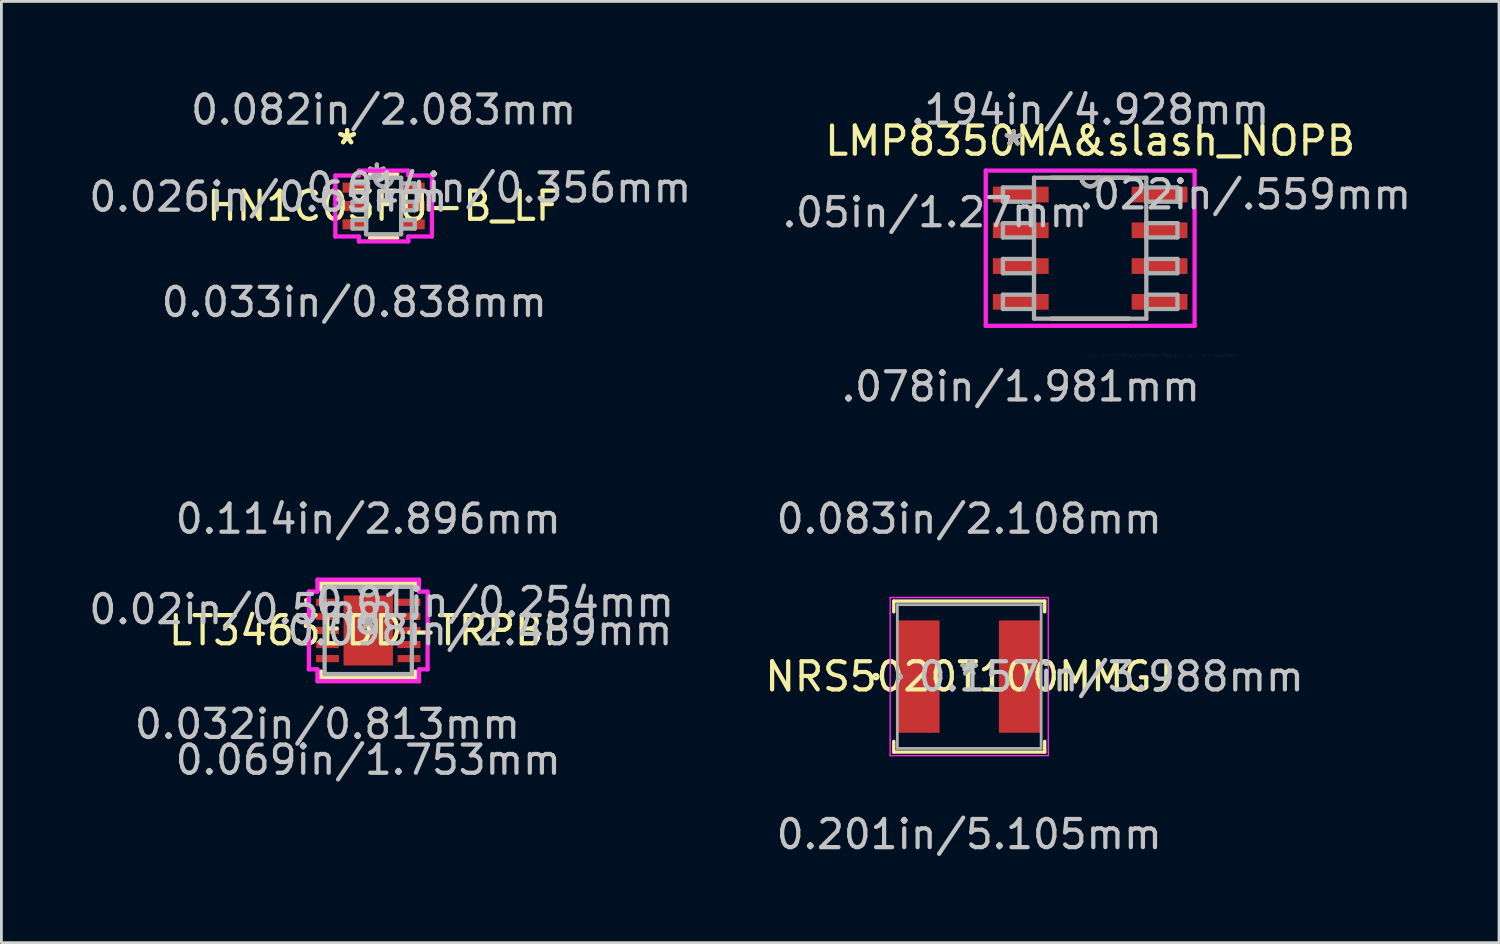
<source format=kicad_pcb>
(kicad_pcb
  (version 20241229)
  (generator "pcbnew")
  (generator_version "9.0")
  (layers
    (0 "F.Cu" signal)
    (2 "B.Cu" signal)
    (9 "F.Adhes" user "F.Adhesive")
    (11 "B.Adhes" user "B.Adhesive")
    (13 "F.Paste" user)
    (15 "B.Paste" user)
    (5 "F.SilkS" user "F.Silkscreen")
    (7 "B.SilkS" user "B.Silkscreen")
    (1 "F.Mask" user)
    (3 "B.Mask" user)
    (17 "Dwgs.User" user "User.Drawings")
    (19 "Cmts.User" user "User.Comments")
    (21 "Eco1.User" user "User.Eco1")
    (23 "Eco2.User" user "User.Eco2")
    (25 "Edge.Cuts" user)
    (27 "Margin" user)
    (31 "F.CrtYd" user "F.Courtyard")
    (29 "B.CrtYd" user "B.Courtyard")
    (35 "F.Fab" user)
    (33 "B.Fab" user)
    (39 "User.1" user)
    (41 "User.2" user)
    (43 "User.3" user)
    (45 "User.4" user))
  (footprint "NRS5020T100MMGJ"
    (layer "F.Cu")
    (at 31.367 20.975)
    (property "Reference" "NRS5020T100MMGJ" (at 0 0 0) (layer "F.SilkS") (effects (font (size 1 1) (thickness 0.15))))
    (attr through_hole)
    (fp_line (start -2.68 -2.68) (end -2.68 -2.301) (stroke (width 0.12) (type solid)) (layer "F.SilkS"))
    (fp_line (start -2.68 2.301) (end -2.68 2.68) (stroke (width 0.12) (type solid)) (layer "F.SilkS"))
    (fp_line (start -2.68 2.68) (end 2.68 2.68) (stroke (width 0.12) (type solid)) (layer "F.SilkS"))
    (fp_line (start 2.68 -2.68) (end -2.68 -2.68) (stroke (width 0.12) (type solid)) (layer "F.SilkS"))
    (fp_line (start 2.68 -2.301) (end 2.68 -2.68) (stroke (width 0.12) (type solid)) (layer "F.SilkS"))
    (fp_line (start 2.68 2.68) (end 2.68 2.301) (stroke (width 0.12) (type solid)) (layer "F.SilkS"))
    (fp_circle (center -3.315 0) (end -3.239 0) (stroke (width 0.12) (type solid)) (fill no) (layer "F.SilkS"))
    (fp_line (start -2.807 -2.807) (end 2.807 -2.807) (stroke (width 0.05) (type solid)) (layer "F.CrtYd"))
    (fp_line (start -2.807 -2.248) (end -2.807 -2.807) (stroke (width 0.05) (type solid)) (layer "F.CrtYd"))
    (fp_line (start -2.807 -2.248) (end -2.807 -2.248) (stroke (width 0.05) (type solid)) (layer "F.CrtYd"))
    (fp_line (start -2.807 2.248) (end -2.807 -2.248) (stroke (width 0.05) (type solid)) (layer "F.CrtYd"))
    (fp_line (start -2.807 2.248) (end -2.807 2.248) (stroke (width 0.05) (type solid)) (layer "F.CrtYd"))
    (fp_line (start -2.807 2.807) (end -2.807 2.248) (stroke (width 0.05) (type solid)) (layer "F.CrtYd"))
    (fp_line (start 2.807 -2.807) (end 2.807 -2.248) (stroke (width 0.05) (type solid)) (layer "F.CrtYd"))
    (fp_line (start 2.807 -2.248) (end 2.807 -2.248) (stroke (width 0.05) (type solid)) (layer "F.CrtYd"))
    (fp_line (start 2.807 -2.248) (end 2.807 2.248) (stroke (width 0.05) (type solid)) (layer "F.CrtYd"))
    (fp_line (start 2.807 2.248) (end 2.807 2.248) (stroke (width 0.05) (type solid)) (layer "F.CrtYd"))
    (fp_line (start 2.807 2.248) (end 2.807 2.807) (stroke (width 0.05) (type solid)) (layer "F.CrtYd"))
    (fp_line (start 2.807 2.807) (end -2.807 2.807) (stroke (width 0.05) (type solid)) (layer "F.CrtYd"))
    (fp_line (start -2.553 -2.553) (end -2.553 2.553) (stroke (width 0.1) (type solid)) (layer "F.Fab"))
    (fp_line (start -2.553 2.553) (end 2.553 2.553) (stroke (width 0.1) (type solid)) (layer "F.Fab"))
    (fp_line (start 2.553 -2.553) (end -2.553 -2.553) (stroke (width 0.1) (type solid)) (layer "F.Fab"))
    (fp_line (start 2.553 2.553) (end 2.553 -2.553) (stroke (width 0.1) (type solid)) (layer "F.Fab"))
    (fp_circle (center -2.477 0) (end -2.4 0) (stroke (width 0.1) (type solid)) (fill no) (layer "F.Fab"))
    (fp_text user "*" (at 0 0 0) (layer "F.SilkS") (effects (font (size 1 1) (thickness 0.15))))
    (fp_text user "0.157in/3.988mm" (at 5.042 0 0) (layer "Dwgs.User") (effects (font (size 1 1) (thickness 0.15))))
    (fp_text user "0.201in/5.105mm" (at 0 5.601 0) (layer "Dwgs.User") (effects (font (size 1 1) (thickness 0.15))))
    (fp_text user "0.083in/2.108mm" (at 0 -5.601 0) (layer "Dwgs.User") (effects (font (size 1 1) (thickness 0.15))))
    (fp_text user "Copyright 2021 Accelerated Designs. All rights reserved." (at 0 0 0) (layer "Cmts.User") (effects (font (size 0.127 0.127) (thickness 0.002))))
    (fp_text user "*" (at 0 0 0) (layer "F.Fab") (effects (font (size 1 1) (thickness 0.15))))
    (pad "1" smd rect (at -1.803 0) (size 1.499 3.988) (layers "F.Cu" "F.Mask" "F.Paste"))
    (pad "2" smd rect (at 1.803 0) (size 1.499 3.988) (layers "F.Cu" "F.Mask" "F.Paste")))
  (footprint "LMP8350MA&slash_NOPB"
    (layer "F.Cu")
    (at 35.661 5.763)
    (property "Reference" "LMP8350MA&slash_NOPB" (at 0 -3.81 0) (layer "F.SilkS") (effects (font (size 1 1) (thickness 0.15))))
    (attr through_hole)
    (fp_line (start -1.374 2.502) (end 1.374 2.502) (stroke (width 0.152) (type solid)) (layer "F.SilkS"))
    (fp_line (start 1.374 -2.502) (end -1.374 -2.502) (stroke (width 0.152) (type solid)) (layer "F.SilkS"))
    (fp_arc (start 0.3048 -2.5019) (mid 0 -2.1971) (end -0.3048 -2.5019) (stroke (width 0.1524) (type solid)) (layer "F.SilkS"))
    (fp_line (start -3.708 -2.756) (end 3.708 -2.756) (stroke (width 0.152) (type solid)) (layer "F.CrtYd"))
    (fp_line (start -3.708 2.756) (end -3.708 -2.756) (stroke (width 0.152) (type solid)) (layer "F.CrtYd"))
    (fp_line (start 3.708 -2.756) (end 3.708 2.756) (stroke (width 0.152) (type solid)) (layer "F.CrtYd"))
    (fp_line (start 3.708 2.756) (end -3.708 2.756) (stroke (width 0.152) (type solid)) (layer "F.CrtYd"))
    (fp_line (start -3.099 -2.159) (end -3.099 -1.651) (stroke (width 0.152) (type solid)) (layer "F.Fab"))
    (fp_line (start -3.099 -1.651) (end -1.994 -1.651) (stroke (width 0.152) (type solid)) (layer "F.Fab"))
    (fp_line (start -3.099 -0.889) (end -3.099 -0.381) (stroke (width 0.152) (type solid)) (layer "F.Fab"))
    (fp_line (start -3.099 -0.381) (end -1.994 -0.381) (stroke (width 0.152) (type solid)) (layer "F.Fab"))
    (fp_line (start -3.099 0.381) (end -3.099 0.889) (stroke (width 0.152) (type solid)) (layer "F.Fab"))
    (fp_line (start -3.099 0.889) (end -1.994 0.889) (stroke (width 0.152) (type solid)) (layer "F.Fab"))
    (fp_line (start -3.099 1.651) (end -3.099 2.159) (stroke (width 0.152) (type solid)) (layer "F.Fab"))
    (fp_line (start -3.099 2.159) (end -1.994 2.159) (stroke (width 0.152) (type solid)) (layer "F.Fab"))
    (fp_line (start -1.994 -2.502) (end -1.994 2.502) (stroke (width 0.152) (type solid)) (layer "F.Fab"))
    (fp_line (start -1.994 -2.159) (end -3.099 -2.159) (stroke (width 0.152) (type solid)) (layer "F.Fab"))
    (fp_line (start -1.994 -1.651) (end -1.994 -2.159) (stroke (width 0.152) (type solid)) (layer "F.Fab"))
    (fp_line (start -1.994 -0.889) (end -3.099 -0.889) (stroke (width 0.152) (type solid)) (layer "F.Fab"))
    (fp_line (start -1.994 -0.381) (end -1.994 -0.889) (stroke (width 0.152) (type solid)) (layer "F.Fab"))
    (fp_line (start -1.994 0.381) (end -3.099 0.381) (stroke (width 0.152) (type solid)) (layer "F.Fab"))
    (fp_line (start -1.994 0.889) (end -1.994 0.381) (stroke (width 0.152) (type solid)) (layer "F.Fab"))
    (fp_line (start -1.994 1.651) (end -3.099 1.651) (stroke (width 0.152) (type solid)) (layer "F.Fab"))
    (fp_line (start -1.994 2.159) (end -1.994 1.651) (stroke (width 0.152) (type solid)) (layer "F.Fab"))
    (fp_line (start -1.994 2.502) (end 1.994 2.502) (stroke (width 0.152) (type solid)) (layer "F.Fab"))
    (fp_line (start 1.994 -2.502) (end -1.994 -2.502) (stroke (width 0.152) (type solid)) (layer "F.Fab"))
    (fp_line (start 1.994 -2.159) (end 1.994 -1.651) (stroke (width 0.152) (type solid)) (layer "F.Fab"))
    (fp_line (start 1.994 -1.651) (end 3.099 -1.651) (stroke (width 0.152) (type solid)) (layer "F.Fab"))
    (fp_line (start 1.994 -0.889) (end 1.994 -0.381) (stroke (width 0.152) (type solid)) (layer "F.Fab"))
    (fp_line (start 1.994 -0.381) (end 3.099 -0.381) (stroke (width 0.152) (type solid)) (layer "F.Fab"))
    (fp_line (start 1.994 0.381) (end 1.994 0.889) (stroke (width 0.152) (type solid)) (layer "F.Fab"))
    (fp_line (start 1.994 0.889) (end 3.099 0.889) (stroke (width 0.152) (type solid)) (layer "F.Fab"))
    (fp_line (start 1.994 1.651) (end 1.994 2.159) (stroke (width 0.152) (type solid)) (layer "F.Fab"))
    (fp_line (start 1.994 2.159) (end 3.099 2.159) (stroke (width 0.152) (type solid)) (layer "F.Fab"))
    (fp_line (start 1.994 2.502) (end 1.994 -2.502) (stroke (width 0.152) (type solid)) (layer "F.Fab"))
    (fp_line (start 3.099 -2.159) (end 1.994 -2.159) (stroke (width 0.152) (type solid)) (layer "F.Fab"))
    (fp_line (start 3.099 -1.651) (end 3.099 -2.159) (stroke (width 0.152) (type solid)) (layer "F.Fab"))
    (fp_line (start 3.099 -0.889) (end 1.994 -0.889) (stroke (width 0.152) (type solid)) (layer "F.Fab"))
    (fp_line (start 3.099 -0.381) (end 3.099 -0.889) (stroke (width 0.152) (type solid)) (layer "F.Fab"))
    (fp_line (start 3.099 0.381) (end 1.994 0.381) (stroke (width 0.152) (type solid)) (layer "F.Fab"))
    (fp_line (start 3.099 0.889) (end 3.099 0.381) (stroke (width 0.152) (type solid)) (layer "F.Fab"))
    (fp_line (start 3.099 1.651) (end 1.994 1.651) (stroke (width 0.152) (type solid)) (layer "F.Fab"))
    (fp_line (start 3.099 2.159) (end 3.099 1.651) (stroke (width 0.152) (type solid)) (layer "F.Fab"))
    (fp_arc (start 0.3048 -2.5019) (mid 0 -2.1971) (end -0.3048 -2.5019) (stroke (width 0.1524) (type solid)) (layer "F.Fab"))
    (fp_text user "*" (at -2.718 -3.607 0) (layer "F.SilkS") (effects (font (size 1 1) (thickness 0.15))))
    (fp_text user "*" (at -2.718 -3.607 0) (layer "F.SilkS") (effects (font (size 1 1) (thickness 0.15))))
    (fp_text user ".194in/4.928mm" (at 0 -4.915 0) (layer "Dwgs.User") (effects (font (size 1 1) (thickness 0.15))))
    (fp_text user ".05in/1.27mm" (at -5.512 -1.27 0) (layer "Dwgs.User") (effects (font (size 1 1) (thickness 0.15))))
    (fp_text user ".022in/.559mm" (at 5.512 -1.905 0) (layer "Dwgs.User") (effects (font (size 1 1) (thickness 0.15))))
    (fp_text user ".078in/1.981mm" (at -2.464 4.915 0) (layer "Dwgs.User") (effects (font (size 1 1) (thickness 0.15))))
    (fp_text user "Copyright 2016 Accelerated Designs. All rights reserved." (at 2.54 3.81 0) (layer "Cmts.User") (effects (font (size 0.127 0.127) (thickness 0.002))))
    (fp_text user "*" (at -2.718 -3.607 0) (layer "F.Fab") (effects (font (size 1 1) (thickness 0.15))))
    (fp_text user "*" (at -2.718 -3.607 0) (layer "F.Fab") (effects (font (size 1 1) (thickness 0.15))))
    (pad "1" smd rect (at -2.464 -1.905) (size 1.981 0.559) (layers "F.Cu" "F.Mask" "F.Paste"))
    (pad "2" smd rect (at -2.464 -0.635) (size 1.981 0.559) (layers "F.Cu" "F.Mask" "F.Paste"))
    (pad "3" smd rect (at -2.464 0.635) (size 1.981 0.559) (layers "F.Cu" "F.Mask" "F.Paste"))
    (pad "4" smd rect (at -2.464 1.905) (size 1.981 0.559) (layers "F.Cu" "F.Mask" "F.Paste"))
    (pad "5" smd rect (at 2.464 1.905) (size 1.981 0.559) (layers "F.Cu" "F.Mask" "F.Paste"))
    (pad "6" smd rect (at 2.464 0.635) (size 1.981 0.559) (layers "F.Cu" "F.Mask" "F.Paste"))
    (pad "7" smd rect (at 2.464 -0.635) (size 1.981 0.559) (layers "F.Cu" "F.Mask" "F.Paste"))
    (pad "8" smd rect (at 2.464 -1.905) (size 1.981 0.559) (layers "F.Cu" "F.Mask" "F.Paste")))
  (footprint "LT3463EDD-TRPBF"
    (layer "F.Cu")
    (at 10.026 19.337)
    (property "Reference" "LT3463EDD-TRPBF" (at 0 0 0) (layer "F.SilkS") (effects (font (size 1 1) (thickness 0.15))))
    (attr through_hole)
    (fp_line (start -1.676 -1.676) (end -1.676 -1.46) (stroke (width 0.152) (type solid)) (layer "F.SilkS"))
    (fp_line (start -1.676 1.46) (end -1.676 1.676) (stroke (width 0.152) (type solid)) (layer "F.SilkS"))
    (fp_line (start -1.676 1.676) (end 1.676 1.676) (stroke (width 0.152) (type solid)) (layer "F.SilkS"))
    (fp_line (start 1.676 -1.676) (end -1.676 -1.676) (stroke (width 0.152) (type solid)) (layer "F.SilkS"))
    (fp_line (start 1.676 -1.46) (end 1.676 -1.676) (stroke (width 0.152) (type solid)) (layer "F.SilkS"))
    (fp_line (start 1.676 1.676) (end 1.676 1.46) (stroke (width 0.152) (type solid)) (layer "F.SilkS"))
    (fp_arc (start -2.2058 -1.0762) (mid -2.131971 -0.98114) (end -2.242346 -0.933136) (stroke (width 0.1524) (type solid)) (layer "F.SilkS"))
    (fp_line (start -2.108 -1.381) (end -1.803 -1.381) (stroke (width 0.152) (type solid)) (layer "F.CrtYd"))
    (fp_line (start -2.108 1.381) (end -2.108 -1.381) (stroke (width 0.152) (type solid)) (layer "F.CrtYd"))
    (fp_line (start -1.803 -1.803) (end 1.803 -1.803) (stroke (width 0.152) (type solid)) (layer "F.CrtYd"))
    (fp_line (start -1.803 -1.381) (end -1.803 -1.803) (stroke (width 0.152) (type solid)) (layer "F.CrtYd"))
    (fp_line (start -1.803 1.381) (end -2.108 1.381) (stroke (width 0.152) (type solid)) (layer "F.CrtYd"))
    (fp_line (start -1.803 1.803) (end -1.803 1.381) (stroke (width 0.152) (type solid)) (layer "F.CrtYd"))
    (fp_line (start 1.803 -1.803) (end 1.803 -1.381) (stroke (width 0.152) (type solid)) (layer "F.CrtYd"))
    (fp_line (start 1.803 -1.381) (end 2.108 -1.381) (stroke (width 0.152) (type solid)) (layer "F.CrtYd"))
    (fp_line (start 1.803 1.381) (end 1.803 1.803) (stroke (width 0.152) (type solid)) (layer "F.CrtYd"))
    (fp_line (start 1.803 1.803) (end -1.803 1.803) (stroke (width 0.152) (type solid)) (layer "F.CrtYd"))
    (fp_line (start 2.108 -1.381) (end 2.108 1.381) (stroke (width 0.152) (type solid)) (layer "F.CrtYd"))
    (fp_line (start 2.108 1.381) (end 1.803 1.381) (stroke (width 0.152) (type solid)) (layer "F.CrtYd"))
    (fp_line (start -1.549 -1.549) (end -1.549 1.549) (stroke (width 0.152) (type solid)) (layer "F.Fab"))
    (fp_line (start -1.549 1.549) (end 1.549 1.549) (stroke (width 0.152) (type solid)) (layer "F.Fab"))
    (fp_line (start 1.549 -1.549) (end -1.549 -1.549) (stroke (width 0.152) (type solid)) (layer "F.Fab"))
    (fp_line (start 1.549 1.549) (end 1.549 -1.549) (stroke (width 0.152) (type solid)) (layer "F.Fab"))
    (fp_arc (start 0.3048 -1.5494) (mid 0 -1.2446) (end -0.3048 -1.5494) (stroke (width 0.1524) (type solid)) (layer "F.Fab"))
    (fp_text user "*" (at 0 0 0) (layer "F.SilkS") (effects (font (size 1 1) (thickness 0.15))))
    (fp_text user "0.098in/2.489mm" (at 3.962 0 0) (layer "Dwgs.User") (effects (font (size 1 1) (thickness 0.15))))
    (fp_text user "0.114in/2.896mm" (at 0 -3.962 0) (layer "Dwgs.User") (effects (font (size 1 1) (thickness 0.15))))
    (fp_text user "0.02in/0.5mm" (at -4.496 -0.75 0) (layer "Dwgs.User") (effects (font (size 1 1) (thickness 0.15))))
    (fp_text user "0.01in/0.254mm" (at 4.496 -1 0) (layer "Dwgs.User") (effects (font (size 1 1) (thickness 0.15))))
    (fp_text user "0.069in/1.753mm" (at 0 4.597 0) (layer "Dwgs.User") (effects (font (size 1 1) (thickness 0.15))))
    (fp_text user "0.032in/0.813mm" (at -1.448 3.327 0) (layer "Dwgs.User") (effects (font (size 1 1) (thickness 0.15))))
    (fp_text user "Copyright 2016 Accelerated Designs. All rights reserved." (at 0 0 0) (layer "Cmts.User") (effects (font (size 0.127 0.127) (thickness 0.002))))
    (fp_text user "*" (at 0 0 0) (layer "F.Fab") (effects (font (size 1 1) (thickness 0.15))))
    (pad "1" smd rect (at -1.448 -1) (size 0.813 0.254) (layers "F.Cu" "F.Mask" "F.Paste"))
    (pad "2" smd rect (at -1.448 -0.5) (size 0.813 0.254) (layers "F.Cu" "F.Mask" "F.Paste"))
    (pad "3" smd rect (at -1.448 0) (size 0.813 0.254) (layers "F.Cu" "F.Mask" "F.Paste"))
    (pad "4" smd rect (at -1.448 0.5) (size 0.813 0.254) (layers "F.Cu" "F.Mask" "F.Paste"))
    (pad "5" smd rect (at -1.448 1) (size 0.813 0.254) (layers "F.Cu" "F.Mask" "F.Paste"))
    (pad "6" smd rect (at 1.448 1) (size 0.813 0.254) (layers "F.Cu" "F.Mask" "F.Paste"))
    (pad "7" smd rect (at 1.448 0.5) (size 0.813 0.254) (layers "F.Cu" "F.Mask" "F.Paste"))
    (pad "8" smd rect (at 1.448 0) (size 0.813 0.254) (layers "F.Cu" "F.Mask" "F.Paste"))
    (pad "9" smd rect (at 1.448 -0.5) (size 0.813 0.254) (layers "F.Cu" "F.Mask" "F.Paste"))
    (pad "10" smd rect (at 1.448 -1) (size 0.813 0.254) (layers "F.Cu" "F.Mask" "F.Paste"))
    (pad "11" smd rect (at 0 0) (size 1.753 2.489) (layers "F.Cu" "F.Mask" "F.Paste")))
  (footprint "HN1C03FU-B_LF"
    (layer "F.Cu")
    (at 10.572 4.265)
    (property "Reference" "HN1C03FU-B_LF" (at 0 0 0) (layer "F.SilkS") (effects (font (size 1 1) (thickness 0.15))))
    (attr through_hole)
    (fp_line (start -0.484 1.13) (end 0.484 1.13) (stroke (width 0.152) (type solid)) (layer "F.SilkS"))
    (fp_line (start 0.484 -1.13) (end -0.484 -1.13) (stroke (width 0.152) (type solid)) (layer "F.SilkS"))
    (fp_line (start -1.714 -1.082) (end -0.876 -1.082) (stroke (width 0.152) (type solid)) (layer "F.CrtYd"))
    (fp_line (start -1.714 1.082) (end -1.714 -1.082) (stroke (width 0.152) (type solid)) (layer "F.CrtYd"))
    (fp_line (start -0.876 -1.257) (end 0.876 -1.257) (stroke (width 0.152) (type solid)) (layer "F.CrtYd"))
    (fp_line (start -0.876 -1.082) (end -0.876 -1.257) (stroke (width 0.152) (type solid)) (layer "F.CrtYd"))
    (fp_line (start -0.876 1.082) (end -1.714 1.082) (stroke (width 0.152) (type solid)) (layer "F.CrtYd"))
    (fp_line (start -0.876 1.257) (end -0.876 1.082) (stroke (width 0.152) (type solid)) (layer "F.CrtYd"))
    (fp_line (start 0.876 -1.257) (end 0.876 -1.082) (stroke (width 0.152) (type solid)) (layer "F.CrtYd"))
    (fp_line (start 0.876 -1.082) (end 1.714 -1.082) (stroke (width 0.152) (type solid)) (layer "F.CrtYd"))
    (fp_line (start 0.876 1.082) (end 0.876 1.257) (stroke (width 0.152) (type solid)) (layer "F.CrtYd"))
    (fp_line (start 0.876 1.257) (end -0.876 1.257) (stroke (width 0.152) (type solid)) (layer "F.CrtYd"))
    (fp_line (start 1.714 -1.082) (end 1.714 1.082) (stroke (width 0.152) (type solid)) (layer "F.CrtYd"))
    (fp_line (start 1.714 1.082) (end 0.876 1.082) (stroke (width 0.152) (type solid)) (layer "F.CrtYd"))
    (fp_line (start -1.105 -0.802) (end -1.105 -0.498) (stroke (width 0.152) (type solid)) (layer "F.Fab"))
    (fp_line (start -1.105 -0.498) (end -0.622 -0.498) (stroke (width 0.152) (type solid)) (layer "F.Fab"))
    (fp_line (start -1.105 -0.152) (end -1.105 0.152) (stroke (width 0.152) (type solid)) (layer "F.Fab"))
    (fp_line (start -1.105 0.152) (end -0.622 0.152) (stroke (width 0.152) (type solid)) (layer "F.Fab"))
    (fp_line (start -1.105 0.498) (end -1.105 0.802) (stroke (width 0.152) (type solid)) (layer "F.Fab"))
    (fp_line (start -1.105 0.802) (end -0.622 0.802) (stroke (width 0.152) (type solid)) (layer "F.Fab"))
    (fp_line (start -0.622 -1.003) (end -0.622 1.003) (stroke (width 0.152) (type solid)) (layer "F.Fab"))
    (fp_line (start -0.622 -0.802) (end -1.105 -0.802) (stroke (width 0.152) (type solid)) (layer "F.Fab"))
    (fp_line (start -0.622 -0.498) (end -0.622 -0.802) (stroke (width 0.152) (type solid)) (layer "F.Fab"))
    (fp_line (start -0.622 -0.152) (end -1.105 -0.152) (stroke (width 0.152) (type solid)) (layer "F.Fab"))
    (fp_line (start -0.622 0.152) (end -0.622 -0.152) (stroke (width 0.152) (type solid)) (layer "F.Fab"))
    (fp_line (start -0.622 0.498) (end -1.105 0.498) (stroke (width 0.152) (type solid)) (layer "F.Fab"))
    (fp_line (start -0.622 0.802) (end -0.622 0.498) (stroke (width 0.152) (type solid)) (layer "F.Fab"))
    (fp_line (start -0.622 1.003) (end 0.622 1.003) (stroke (width 0.152) (type solid)) (layer "F.Fab"))
    (fp_line (start 0.622 -1.003) (end -0.622 -1.003) (stroke (width 0.152) (type solid)) (layer "F.Fab"))
    (fp_line (start 0.622 -0.802) (end 0.622 -0.498) (stroke (width 0.152) (type solid)) (layer "F.Fab"))
    (fp_line (start 0.622 -0.498) (end 1.105 -0.498) (stroke (width 0.152) (type solid)) (layer "F.Fab"))
    (fp_line (start 0.622 -0.152) (end 0.622 0.152) (stroke (width 0.152) (type solid)) (layer "F.Fab"))
    (fp_line (start 0.622 0.152) (end 1.105 0.152) (stroke (width 0.152) (type solid)) (layer "F.Fab"))
    (fp_line (start 0.622 0.498) (end 0.622 0.802) (stroke (width 0.152) (type solid)) (layer "F.Fab"))
    (fp_line (start 0.622 0.802) (end 1.105 0.802) (stroke (width 0.152) (type solid)) (layer "F.Fab"))
    (fp_line (start 0.622 1.003) (end 0.622 -1.003) (stroke (width 0.152) (type solid)) (layer "F.Fab"))
    (fp_line (start 1.105 -0.802) (end 0.622 -0.802) (stroke (width 0.152) (type solid)) (layer "F.Fab"))
    (fp_line (start 1.105 -0.498) (end 1.105 -0.802) (stroke (width 0.152) (type solid)) (layer "F.Fab"))
    (fp_line (start 1.105 -0.152) (end 0.622 -0.152) (stroke (width 0.152) (type solid)) (layer "F.Fab"))
    (fp_line (start 1.105 0.152) (end 1.105 -0.152) (stroke (width 0.152) (type solid)) (layer "F.Fab"))
    (fp_line (start 1.105 0.498) (end 0.622 0.498) (stroke (width 0.152) (type solid)) (layer "F.Fab"))
    (fp_line (start 1.105 0.802) (end 1.105 0.498) (stroke (width 0.152) (type solid)) (layer "F.Fab"))
    (fp_arc (start 0.3048 -1.0033) (mid 0 -0.6985) (end -0.3048 -1.0033) (stroke (width 0.1524) (type solid)) (layer "F.Fab"))
    (fp_text user "*" (at -1.295 -2.149 0) (layer "F.SilkS") (effects (font (size 1 1) (thickness 0.15))))
    (fp_text user "*" (at -1.295 -2.149 0) (layer "F.SilkS") (effects (font (size 1 1) (thickness 0.15))))
    (fp_text user "0.033in/0.838mm" (at -1.041 3.416 0) (layer "Dwgs.User") (effects (font (size 1 1) (thickness 0.15))))
    (fp_text user "0.082in/2.083mm" (at 0 -3.416 0) (layer "Dwgs.User") (effects (font (size 1 1) (thickness 0.15))))
    (fp_text user "0.026in/0.65mm" (at -4.089 -0.325 0) (layer "Dwgs.User") (effects (font (size 1 1) (thickness 0.15))))
    (fp_text user "0.014in/0.356mm" (at 4.089 -0.65 0) (layer "Dwgs.User") (effects (font (size 1 1) (thickness 0.15))))
    (fp_text user "Copyright 2016 Accelerated Designs. All rights reserved." (at 0 0 0) (layer "Cmts.User") (effects (font (size 0.127 0.127) (thickness 0.002))))
    (fp_text user "*" (at -0.241 -0.927 0) (layer "F.Fab") (effects (font (size 1 1) (thickness 0.15))))
    (fp_text user "*" (at -0.241 -0.927 0) (layer "F.Fab") (effects (font (size 1 1) (thickness 0.15))))
    (pad "1" smd rect (at -1.041 -0.65) (size 0.838 0.356) (layers "F.Cu" "F.Mask" "F.Paste"))
    (pad "2" smd rect (at -1.041 0) (size 0.838 0.356) (layers "F.Cu" "F.Mask" "F.Paste"))
    (pad "3" smd rect (at -1.041 0.65) (size 0.838 0.356) (layers "F.Cu" "F.Mask" "F.Paste"))
    (pad "4" smd rect (at 1.041 0.65) (size 0.838 0.356) (layers "F.Cu" "F.Mask" "F.Paste"))
    (pad "5" smd rect (at 1.041 0) (size 0.838 0.356) (layers "F.Cu" "F.Mask" "F.Paste"))
    (pad "6" smd rect (at 1.041 -0.65) (size 0.838 0.356) (layers "F.Cu" "F.Mask" "F.Paste")))
  (gr_rect
    (start -3 -3)
    (end 50.179 30.424)
    (stroke (width 0.1) (type default))
    (fill no)
    (layer "Edge.Cuts")))
</source>
